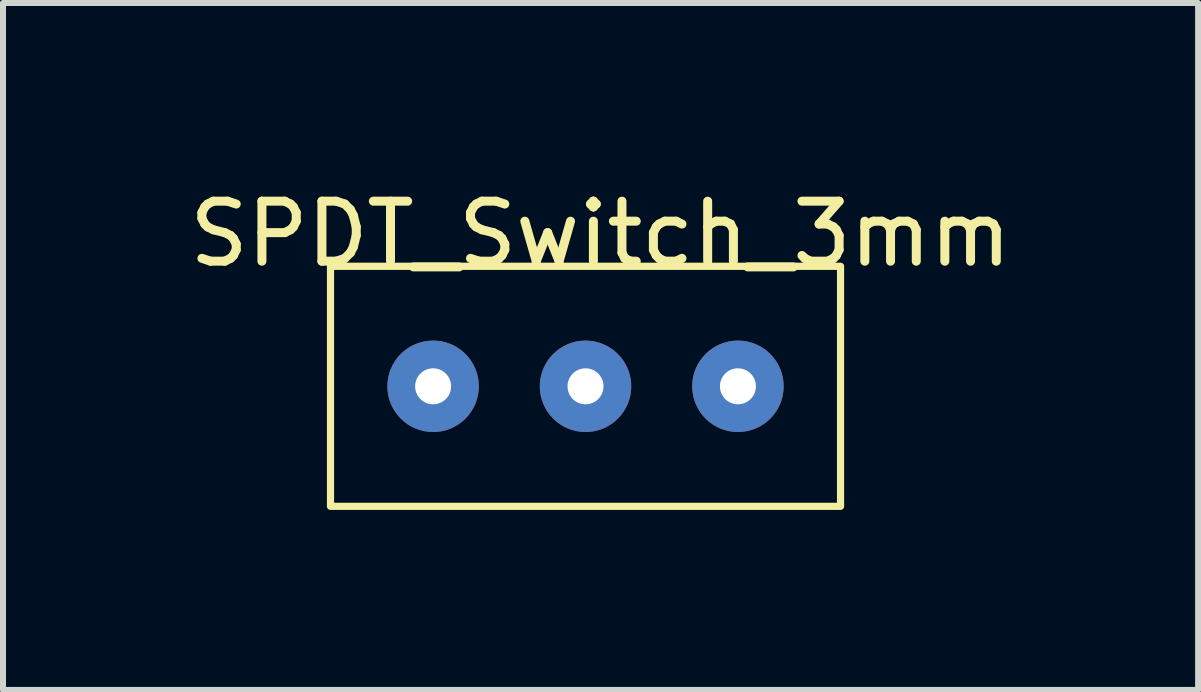
<source format=kicad_pcb>
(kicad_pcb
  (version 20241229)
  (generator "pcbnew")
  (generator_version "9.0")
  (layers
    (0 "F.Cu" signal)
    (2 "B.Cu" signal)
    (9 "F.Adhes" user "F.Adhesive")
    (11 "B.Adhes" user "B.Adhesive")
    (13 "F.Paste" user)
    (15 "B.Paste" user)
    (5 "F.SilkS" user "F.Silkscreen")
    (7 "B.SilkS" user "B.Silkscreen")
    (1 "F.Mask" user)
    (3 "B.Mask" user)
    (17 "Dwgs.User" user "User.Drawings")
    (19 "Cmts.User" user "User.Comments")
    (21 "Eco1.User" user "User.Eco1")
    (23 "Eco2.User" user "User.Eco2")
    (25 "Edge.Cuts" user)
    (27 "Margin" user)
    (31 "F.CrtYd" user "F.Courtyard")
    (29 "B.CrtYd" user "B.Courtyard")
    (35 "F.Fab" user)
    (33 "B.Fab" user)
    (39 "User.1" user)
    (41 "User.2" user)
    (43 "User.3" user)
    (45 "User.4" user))
  (footprint "SPDT_Switch_3mm"
    (layer "F.Cu")
    (at 6.708 3.388)
    (property "Reference" "SPDT_Switch_3mm" (at 0.25 -2.54 0) (unlocked yes) (layer "F.SilkS") (effects (font (size 1 1) (thickness 0.15))))
    (attr through_hole)
    (fp_rect (start 4.25 -2) (end -4.25 2) (stroke (width 0.12) (type solid)) (fill no) (layer "F.SilkS"))
    (pad "1" thru_hole circle (at -2.54 0) (size 1.524 1.524) (drill 0.6) (layers "*.Cu" "*.Mask"))
    (pad "2" thru_hole circle (at 0 0) (size 1.524 1.524) (drill 0.6) (layers "*.Cu" "*.Mask"))
    (pad "3" thru_hole circle (at 2.54 0) (size 1.524 1.524) (drill 0.6) (layers "*.Cu" "*.Mask")))
  (gr_rect
    (start -3 -3)
    (end 16.917 8.448)
    (stroke (width 0.1) (type default))
    (fill no)
    (layer "Edge.Cuts")))
</source>
